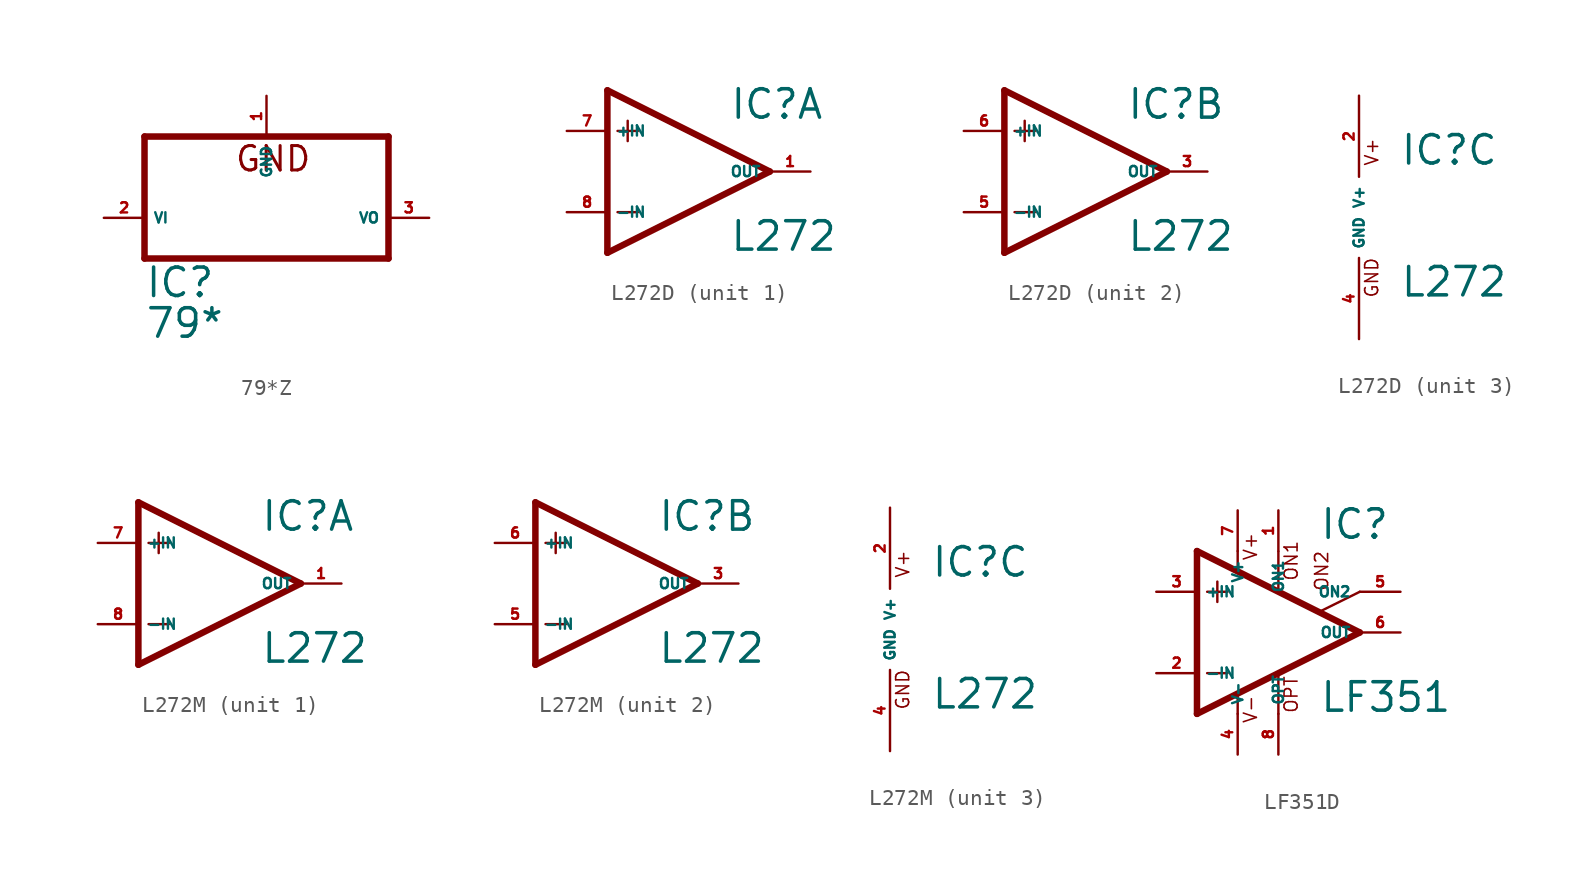
<source format=kicad_sym>
(kicad_symbol_lib
  (version 20220914)
  (generator Eagle2Kicad)
  (symbol "79*Z"
    (property "Reference" "IC"
      (at -7.62 -7.62 0)
      (effects (font (size 1.778 1.778) (thickness 0.22)) (justify left bottom)))
    (property "Value" "79*"
      (at -7.62 -10.16 0)
      (effects (font (size 1.778 1.778) (thickness 0.22)) (justify left bottom)))
    (polyline
      (pts (xy -7.62 -5.08) (xy 7.62 -5.08))
      (stroke (width 0.406) (type default))
      (fill (type none)))
    (polyline
      (pts (xy 7.62 -5.08) (xy 7.62 2.54))
      (stroke (width 0.406) (type default))
      (fill (type none)))
    (polyline
      (pts (xy 7.62 2.54) (xy -7.62 2.54))
      (stroke (width 0.406) (type default))
      (fill (type none)))
    (polyline
      (pts (xy -7.62 2.54) (xy -7.62 -5.08))
      (stroke (width 0.406) (type default))
      (fill (type none)))
    (text "GND"
      (at -2.032 0.254 0)
      (effects (font (size 1.524 1.524) (thickness 0.19)) (justify left bottom)))
    (pin input line
      (at -10.16 -2.54 0)
      (length 2.54)
      (name "VI" (effects (font (size 0.635 0.635) (thickness 0.08)) (justify left bottom)))
      (number "2" (effects (font (size 0.635 0.635) (thickness 0.08)) (justify left bottom))))
    (pin passive line
      (at 0 5.08 270)
      (length 2.54)
      (name "GND" (effects (font (size 0.635 0.635) (thickness 0.08)) (justify left bottom)))
      (number "1" (effects (font (size 0.635 0.635) (thickness 0.08)) (justify left bottom))))
    (pin passive line
      (at 10.16 -2.54 180)
      (length 2.54)
      (name "VO" (effects (font (size 0.635 0.635) (thickness 0.08)) (justify left bottom)))
      (number "3" (effects (font (size 0.635 0.635) (thickness 0.08)) (justify left bottom)))))
  (symbol "L272D"
    (property "Reference" "IC"
      (at 2.54 3.175 0)
      (effects (font (size 1.778 1.778) (thickness 0.22)) (justify left bottom)))
    (property "Value" "L272"
      (at 2.54 -5.08 0)
      (effects (font (size 1.778 1.778) (thickness 0.22)) (justify left bottom)))
    (symbol "L272D_1_0"
      (polyline (pts (xy -5.08 5.08) (xy -5.08 -5.08)) (stroke (width 0.406) (type default)) (fill (type none)))
      (polyline (pts (xy -5.08 -5.08) (xy 5.08 0)) (stroke (width 0.406) (type default)) (fill (type none)))
      (polyline (pts (xy 5.08 0) (xy -5.08 5.08)) (stroke (width 0.406) (type default)) (fill (type none)))
      (polyline (pts (xy -3.81 3.175) (xy -3.81 1.905)) (stroke (width 0.152) (type default)) (fill (type none)))
      (polyline (pts (xy -4.445 2.54) (xy -3.175 2.54)) (stroke (width 0.152) (type default)) (fill (type none)))
      (polyline (pts (xy -4.445 -2.54) (xy -3.175 -2.54)) (stroke (width 0.152) (type default)) (fill (type none)))
      (pin input line (at -7.62 -2.54 0) (length 2.54) (name "-IN" (effects (font (size 0.635 0.635) (thickness 0.08)) (justify left bottom))) (number "8" (effects (font (size 0.635 0.635) (thickness 0.08)) (justify left bottom))))
      (pin input line (at -7.62 2.54 0) (length 2.54) (name "+IN" (effects (font (size 0.635 0.635) (thickness 0.08)) (justify left bottom))) (number "7" (effects (font (size 0.635 0.635) (thickness 0.08)) (justify left bottom))))
      (pin output line (at 7.62 0 180) (length 2.54) (name "OUT" (effects (font (size 0.635 0.635) (thickness 0.08)) (justify left bottom))) (number "1" (effects (font (size 0.635 0.635) (thickness 0.08)) (justify left bottom)))))
    (symbol "L272D_2_0"
      (polyline (pts (xy -5.08 5.08) (xy -5.08 -5.08)) (stroke (width 0.406) (type default)) (fill (type none)))
      (polyline (pts (xy -5.08 -5.08) (xy 5.08 0)) (stroke (width 0.406) (type default)) (fill (type none)))
      (polyline (pts (xy 5.08 0) (xy -5.08 5.08)) (stroke (width 0.406) (type default)) (fill (type none)))
      (polyline (pts (xy -3.81 3.175) (xy -3.81 1.905)) (stroke (width 0.152) (type default)) (fill (type none)))
      (polyline (pts (xy -4.445 2.54) (xy -3.175 2.54)) (stroke (width 0.152) (type default)) (fill (type none)))
      (polyline (pts (xy -4.445 -2.54) (xy -3.175 -2.54)) (stroke (width 0.152) (type default)) (fill (type none)))
      (pin input line (at -7.62 -2.54 0) (length 2.54) (name "-IN" (effects (font (size 0.635 0.635) (thickness 0.08)) (justify left bottom))) (number "5" (effects (font (size 0.635 0.635) (thickness 0.08)) (justify left bottom))))
      (pin input line (at -7.62 2.54 0) (length 2.54) (name "+IN" (effects (font (size 0.635 0.635) (thickness 0.08)) (justify left bottom))) (number "6" (effects (font (size 0.635 0.635) (thickness 0.08)) (justify left bottom))))
      (pin output line (at 7.62 0 180) (length 2.54) (name "OUT" (effects (font (size 0.635 0.635) (thickness 0.08)) (justify left bottom))) (number "3" (effects (font (size 0.635 0.635) (thickness 0.08)) (justify left bottom)))))
    (symbol "L272D_3_0"
      (text "V+" (at 1.27 3.175 900) (effects (font (size 0.813 0.813) (thickness 0.10)) (justify left bottom)))
      (text "GND" (at 1.27 -5.08 900) (effects (font (size 0.813 0.813) (thickness 0.10)) (justify left bottom)))
      (pin unspecified line (at 0 7.62 270) (length 5.08) (name "V+" (effects (font (size 0.635 0.635) (thickness 0.08)) (justify left bottom))) (number "2" (effects (font (size 0.635 0.635) (thickness 0.08)) (justify left bottom))))
      (pin unspecified line (at 0 -7.62 90) (length 5.08) (name "GND" (effects (font (size 0.635 0.635) (thickness 0.08)) (justify left bottom))) (number "4" (effects (font (size 0.635 0.635) (thickness 0.08)) (justify left bottom))))))
  (symbol "L272M"
    (property "Reference" "IC"
      (at 2.54 3.175 0)
      (effects (font (size 1.778 1.778) (thickness 0.22)) (justify left bottom)))
    (property "Value" "L272"
      (at 2.54 -5.08 0)
      (effects (font (size 1.778 1.778) (thickness 0.22)) (justify left bottom)))
    (symbol "L272M_1_0"
      (polyline (pts (xy -5.08 5.08) (xy -5.08 -5.08)) (stroke (width 0.406) (type default)) (fill (type none)))
      (polyline (pts (xy -5.08 -5.08) (xy 5.08 0)) (stroke (width 0.406) (type default)) (fill (type none)))
      (polyline (pts (xy 5.08 0) (xy -5.08 5.08)) (stroke (width 0.406) (type default)) (fill (type none)))
      (polyline (pts (xy -3.81 3.175) (xy -3.81 1.905)) (stroke (width 0.152) (type default)) (fill (type none)))
      (polyline (pts (xy -4.445 2.54) (xy -3.175 2.54)) (stroke (width 0.152) (type default)) (fill (type none)))
      (polyline (pts (xy -4.445 -2.54) (xy -3.175 -2.54)) (stroke (width 0.152) (type default)) (fill (type none)))
      (pin input line (at -7.62 -2.54 0) (length 2.54) (name "-IN" (effects (font (size 0.635 0.635) (thickness 0.08)) (justify left bottom))) (number "8" (effects (font (size 0.635 0.635) (thickness 0.08)) (justify left bottom))))
      (pin input line (at -7.62 2.54 0) (length 2.54) (name "+IN" (effects (font (size 0.635 0.635) (thickness 0.08)) (justify left bottom))) (number "7" (effects (font (size 0.635 0.635) (thickness 0.08)) (justify left bottom))))
      (pin output line (at 7.62 0 180) (length 2.54) (name "OUT" (effects (font (size 0.635 0.635) (thickness 0.08)) (justify left bottom))) (number "1" (effects (font (size 0.635 0.635) (thickness 0.08)) (justify left bottom)))))
    (symbol "L272M_2_0"
      (polyline (pts (xy -5.08 5.08) (xy -5.08 -5.08)) (stroke (width 0.406) (type default)) (fill (type none)))
      (polyline (pts (xy -5.08 -5.08) (xy 5.08 0)) (stroke (width 0.406) (type default)) (fill (type none)))
      (polyline (pts (xy 5.08 0) (xy -5.08 5.08)) (stroke (width 0.406) (type default)) (fill (type none)))
      (polyline (pts (xy -3.81 3.175) (xy -3.81 1.905)) (stroke (width 0.152) (type default)) (fill (type none)))
      (polyline (pts (xy -4.445 2.54) (xy -3.175 2.54)) (stroke (width 0.152) (type default)) (fill (type none)))
      (polyline (pts (xy -4.445 -2.54) (xy -3.175 -2.54)) (stroke (width 0.152) (type default)) (fill (type none)))
      (pin input line (at -7.62 -2.54 0) (length 2.54) (name "-IN" (effects (font (size 0.635 0.635) (thickness 0.08)) (justify left bottom))) (number "5" (effects (font (size 0.635 0.635) (thickness 0.08)) (justify left bottom))))
      (pin input line (at -7.62 2.54 0) (length 2.54) (name "+IN" (effects (font (size 0.635 0.635) (thickness 0.08)) (justify left bottom))) (number "6" (effects (font (size 0.635 0.635) (thickness 0.08)) (justify left bottom))))
      (pin output line (at 7.62 0 180) (length 2.54) (name "OUT" (effects (font (size 0.635 0.635) (thickness 0.08)) (justify left bottom))) (number "3" (effects (font (size 0.635 0.635) (thickness 0.08)) (justify left bottom)))))
    (symbol "L272M_3_0"
      (text "V+" (at 1.27 3.175 900) (effects (font (size 0.813 0.813) (thickness 0.10)) (justify left bottom)))
      (text "GND" (at 1.27 -5.08 900) (effects (font (size 0.813 0.813) (thickness 0.10)) (justify left bottom)))
      (pin unspecified line (at 0 7.62 270) (length 5.08) (name "V+" (effects (font (size 0.635 0.635) (thickness 0.08)) (justify left bottom))) (number "2" (effects (font (size 0.635 0.635) (thickness 0.08)) (justify left bottom))))
      (pin unspecified line (at 0 -7.62 90) (length 5.08) (name "GND" (effects (font (size 0.635 0.635) (thickness 0.08)) (justify left bottom))) (number "4" (effects (font (size 0.635 0.635) (thickness 0.08)) (justify left bottom))))))
  (symbol "LF351D"
    (property "Reference" "IC"
      (at 2.54 5.715 0)
      (effects (font (size 1.778 1.778) (thickness 0.22)) (justify left bottom)))
    (property "Value" "LF351"
      (at 2.54 -5.08 0)
      (effects (font (size 1.778 1.778) (thickness 0.22)) (justify left bottom)))
    (polyline
      (pts (xy -3.81 3.175) (xy -3.81 1.905))
      (stroke (width 0.152) (type default))
      (fill (type none)))
    (polyline
      (pts (xy -4.445 2.54) (xy -3.175 2.54))
      (stroke (width 0.152) (type default))
      (fill (type none)))
    (polyline
      (pts (xy -4.445 -2.54) (xy -3.175 -2.54))
      (stroke (width 0.152) (type default))
      (fill (type none)))
    (polyline
      (pts (xy -2.54 5.08) (xy -2.54 3.886))
      (stroke (width 0.152) (type default))
      (fill (type none)))
    (polyline
      (pts (xy 0 5.055) (xy 0 2.616))
      (stroke (width 0.152) (type default))
      (fill (type none)))
    (polyline
      (pts (xy 0 -2.616) (xy 0 -5.08))
      (stroke (width 0.152) (type default))
      (fill (type none)))
    (polyline
      (pts (xy -2.54 -3.912) (xy -2.54 -5.08))
      (stroke (width 0.152) (type default))
      (fill (type none)))
    (polyline
      (pts (xy 5.08 2.54) (xy 2.616 1.321))
      (stroke (width 0.152) (type default))
      (fill (type none)))
    (polyline
      (pts (xy 5.08 0) (xy -5.08 5.08))
      (stroke (width 0.406) (type default))
      (fill (type none)))
    (polyline
      (pts (xy -5.08 5.08) (xy -5.08 -5.08))
      (stroke (width 0.406) (type default))
      (fill (type none)))
    (polyline
      (pts (xy -5.08 -5.08) (xy 5.08 0))
      (stroke (width 0.406) (type default))
      (fill (type none)))
    (text "ON1"
      (at 1.27 3.175 900)
      (effects (font (size 0.813 0.813) (thickness 0.10)) (justify left bottom)))
    (text "ON2"
      (at 3.175 2.54 900)
      (effects (font (size 0.813 0.813) (thickness 0.10)) (justify left bottom)))
    (text "OPT"
      (at 1.27 -5.08 900)
      (effects (font (size 0.813 0.813) (thickness 0.10)) (justify left bottom)))
    (text "V+"
      (at -1.27 4.445 900)
      (effects (font (size 0.813 0.813) (thickness 0.10)) (justify left bottom)))
    (text "V-"
      (at -1.27 -5.715 900)
      (effects (font (size 0.813 0.813) (thickness 0.10)) (justify left bottom)))
    (pin passive line
      (at 7.62 2.54 180)
      (length 2.54)
      (name "ON2" (effects (font (size 0.635 0.635) (thickness 0.08)) (justify left bottom)))
      (number "5" (effects (font (size 0.635 0.635) (thickness 0.08)) (justify left bottom))))
    (pin passive line
      (at 0 7.62 270)
      (length 2.54)
      (name "ON1" (effects (font (size 0.635 0.635) (thickness 0.08)) (justify left bottom)))
      (number "1" (effects (font (size 0.635 0.635) (thickness 0.08)) (justify left bottom))))
    (pin input line
      (at -7.62 -2.54 0)
      (length 2.54)
      (name "-IN" (effects (font (size 0.635 0.635) (thickness 0.08)) (justify left bottom)))
      (number "2" (effects (font (size 0.635 0.635) (thickness 0.08)) (justify left bottom))))
    (pin input line
      (at -7.62 2.54 0)
      (length 2.54)
      (name "+IN" (effects (font (size 0.635 0.635) (thickness 0.08)) (justify left bottom)))
      (number "3" (effects (font (size 0.635 0.635) (thickness 0.08)) (justify left bottom))))
    (pin output line
      (at 7.62 0 180)
      (length 2.54)
      (name "OUT" (effects (font (size 0.635 0.635) (thickness 0.08)) (justify left bottom)))
      (number "6" (effects (font (size 0.635 0.635) (thickness 0.08)) (justify left bottom))))
    (pin passive line
      (at 0 -7.62 90)
      (length 2.54)
      (name "OPT" (effects (font (size 0.635 0.635) (thickness 0.08)) (justify left bottom)))
      (number "8" (effects (font (size 0.635 0.635) (thickness 0.08)) (justify left bottom))))
    (pin unspecified line
      (at -2.54 7.62 270)
      (length 2.54)
      (name "V+" (effects (font (size 0.635 0.635) (thickness 0.08)) (justify left bottom)))
      (number "7" (effects (font (size 0.635 0.635) (thickness 0.08)) (justify left bottom))))
    (pin unspecified line
      (at -2.54 -7.62 90)
      (length 2.54)
      (name "V-" (effects (font (size 0.635 0.635) (thickness 0.08)) (justify left bottom)))
      (number "4" (effects (font (size 0.635 0.635) (thickness 0.08)) (justify left bottom))))))
</source>
